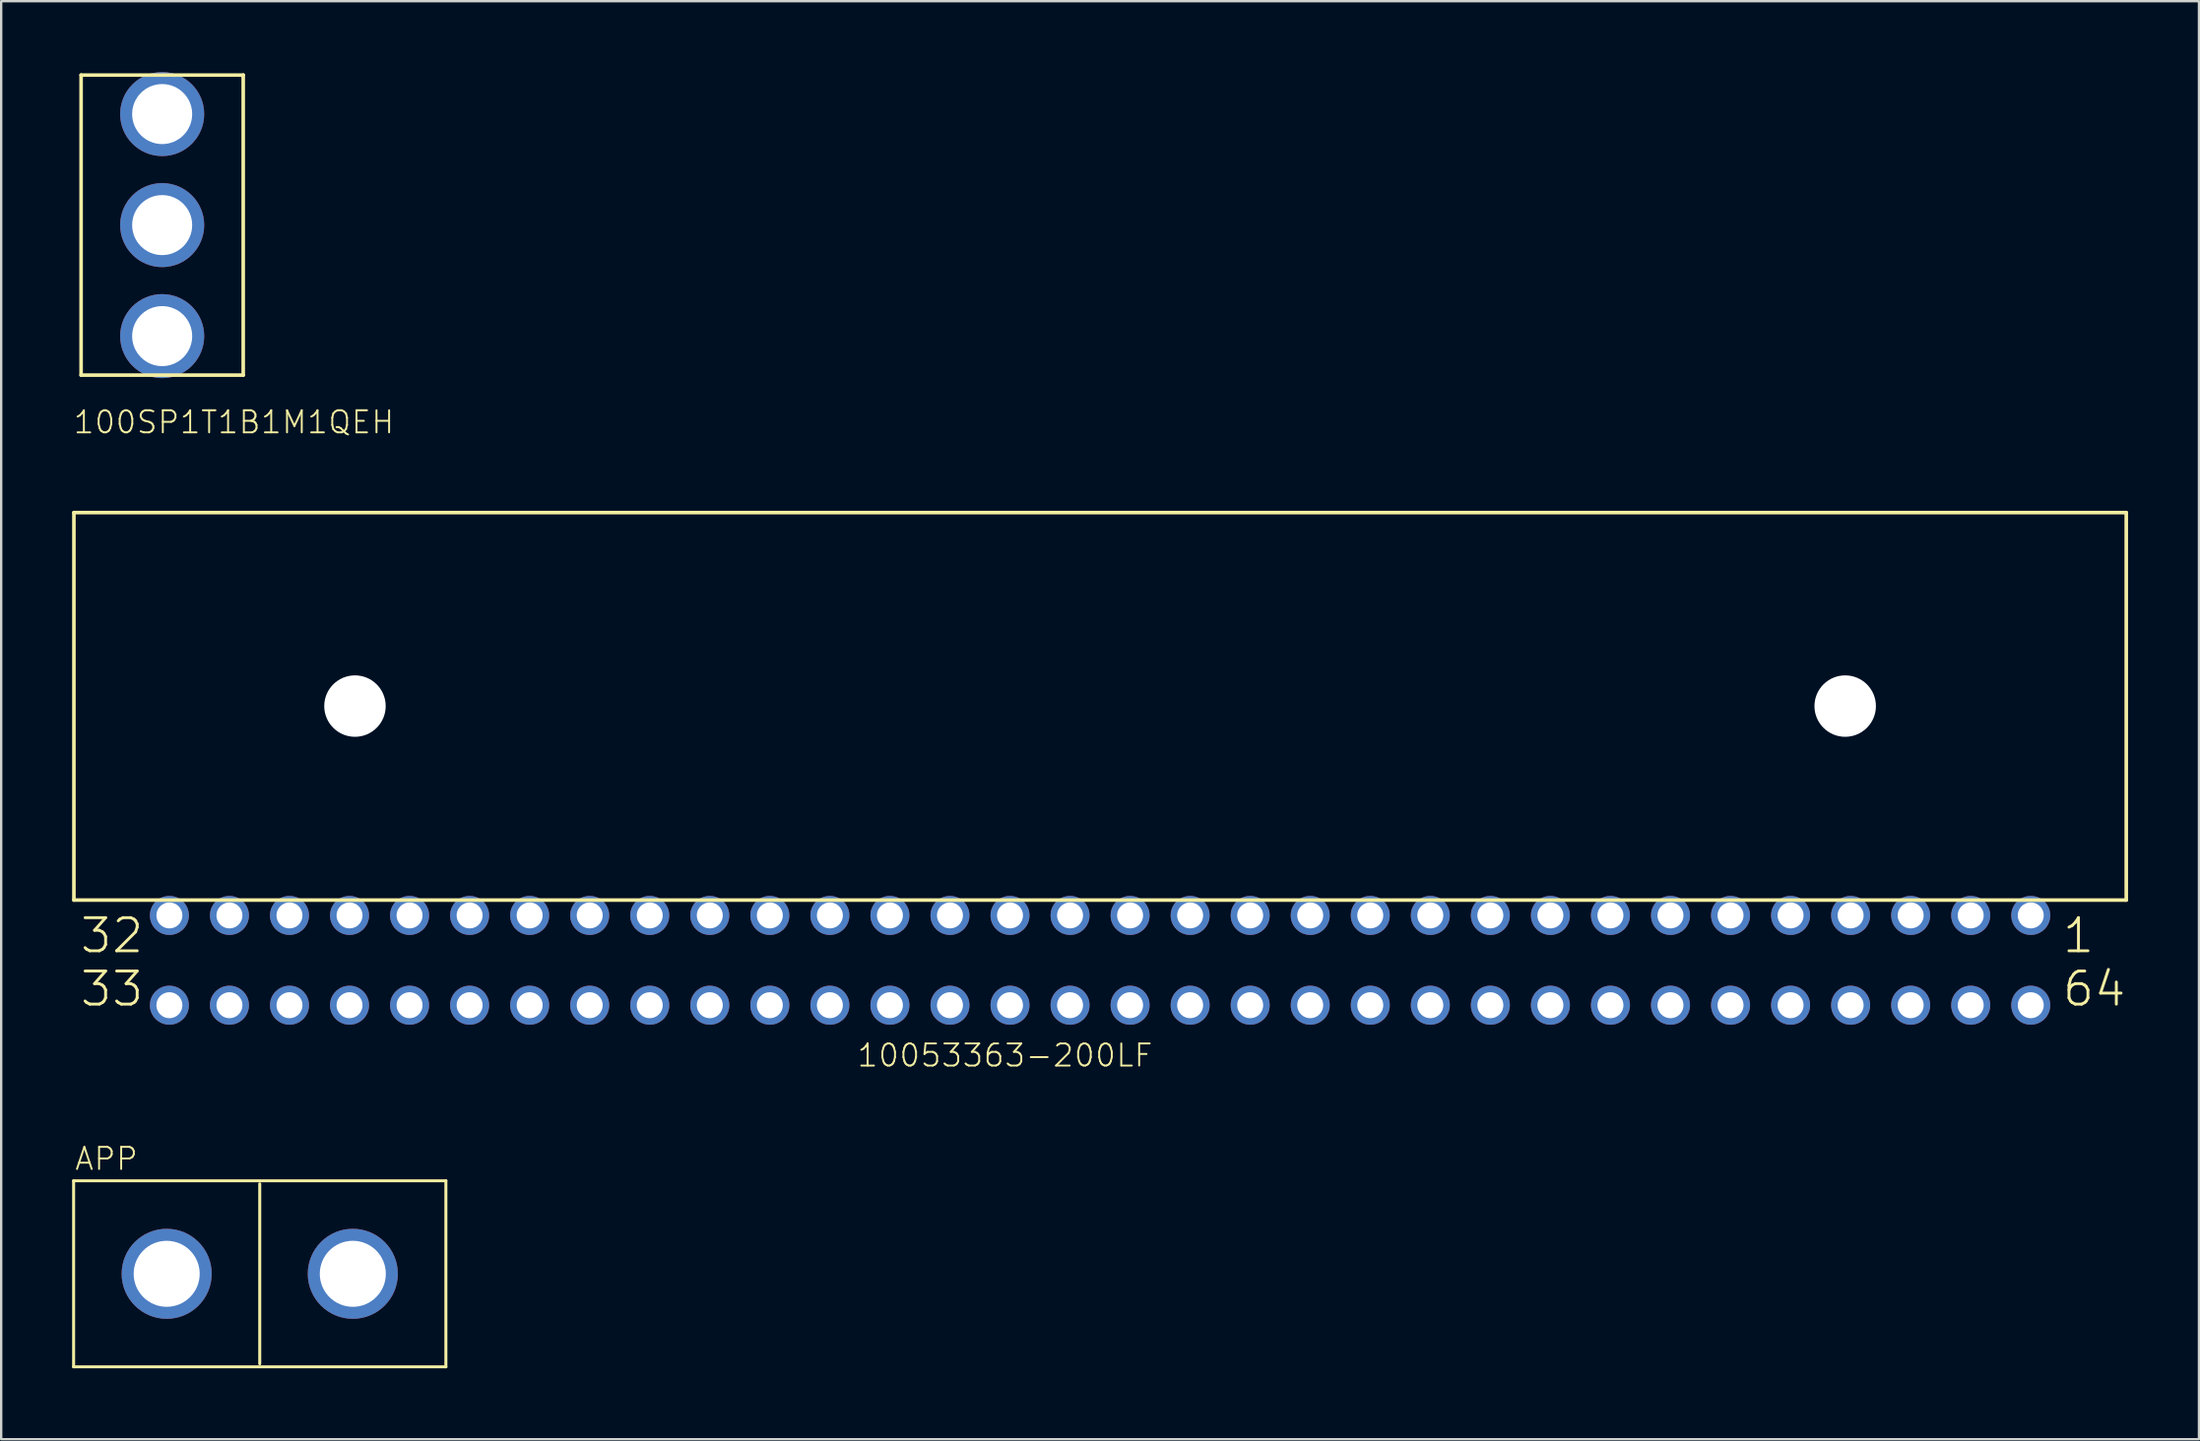
<source format=kicad_pcb>
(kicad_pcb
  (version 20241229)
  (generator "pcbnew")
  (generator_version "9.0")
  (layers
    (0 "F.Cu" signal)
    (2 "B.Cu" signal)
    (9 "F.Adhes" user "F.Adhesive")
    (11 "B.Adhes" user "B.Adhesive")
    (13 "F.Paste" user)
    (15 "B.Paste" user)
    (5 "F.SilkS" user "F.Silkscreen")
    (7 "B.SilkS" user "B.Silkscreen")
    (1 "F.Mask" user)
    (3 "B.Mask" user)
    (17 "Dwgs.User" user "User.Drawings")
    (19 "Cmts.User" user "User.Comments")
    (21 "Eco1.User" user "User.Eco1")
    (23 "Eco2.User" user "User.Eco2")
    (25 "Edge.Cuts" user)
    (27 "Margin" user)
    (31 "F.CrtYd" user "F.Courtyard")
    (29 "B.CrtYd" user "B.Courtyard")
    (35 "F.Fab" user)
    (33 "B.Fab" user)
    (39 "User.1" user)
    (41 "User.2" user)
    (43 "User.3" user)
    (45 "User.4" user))
  (footprint "100SP1T1B1M1QEH"
    (layer "F.Cu")
    (at 3.81 6.477)
    (property "Reference" "100SP1T1B1M1QEH" (at -3.81 8.89 0) (unlocked yes) (layer "F.SilkS") (effects (font (size 0.935 0.935) (thickness 0.081)) (justify left bottom)))
    (fp_line (start -3.429 -6.35) (end 3.429 -6.35) (stroke (width 0.152) (type solid)) (layer "F.SilkS"))
    (fp_line (start -3.429 6.35) (end -3.429 -6.35) (stroke (width 0.152) (type solid)) (layer "F.SilkS"))
    (fp_line (start 3.429 -6.35) (end 3.429 6.35) (stroke (width 0.152) (type solid)) (layer "F.SilkS"))
    (fp_line (start 3.429 6.35) (end -3.429 6.35) (stroke (width 0.152) (type solid)) (layer "F.SilkS"))
    (pad "1" thru_hole circle (at 0 -4.699) (size 3.556 3.556) (drill 2.54) (layers "*.Cu" "*.Mask"))
    (pad "2" thru_hole circle (at 0 4.699) (size 3.556 3.556) (drill 2.54) (layers "*.Cu" "*.Mask"))
    (pad "C" thru_hole circle (at 0 0) (size 3.556 3.556) (drill 2.54) (layers "*.Cu" "*.Mask")))
  (footprint "APP"
    (layer "F.Cu")
    (at 7.938 50.862)
    (property "Reference" "APP" (at -7.874 -4.318 0) (unlocked yes) (layer "F.SilkS") (effects (font (size 0.935 0.935) (thickness 0.081)) (justify left bottom)))
    (fp_line (start -7.874 -3.937) (end 7.874 -3.937) (stroke (width 0.127) (type solid)) (layer "F.SilkS"))
    (fp_line (start -7.874 3.937) (end -7.874 -3.937) (stroke (width 0.127) (type solid)) (layer "F.SilkS"))
    (fp_line (start 0 3.81) (end 0 -3.81) (stroke (width 0.127) (type solid)) (layer "F.SilkS"))
    (fp_line (start 7.874 -3.937) (end 7.874 3.937) (stroke (width 0.127) (type solid)) (layer "F.SilkS"))
    (fp_line (start 7.874 3.937) (end -7.874 3.937) (stroke (width 0.127) (type solid)) (layer "F.SilkS"))
    (pad "P$1" thru_hole circle (at 3.937 0) (size 3.81 3.81) (drill 2.794) (layers "*.Cu" "*.Mask"))
    (pad "P$2" thru_hole circle (at -3.937 0) (size 3.81 3.81) (drill 2.794) (layers "*.Cu" "*.Mask")))
  (footprint "10053363-200LF"
    (layer "F.Cu")
    (at 43.486 37.594)
    (property "Reference" "10053363-200LF" (at 2.286 4.572 0) (unlocked yes) (layer "F.SilkS") (effects (font (size 0.935 0.935) (thickness 0.081)) (justify right bottom)))
    (fp_line (start -43.41 -18.95) (end 43.41 -18.95) (stroke (width 0.152) (type solid)) (layer "F.SilkS"))
    (fp_line (start -43.41 -2.55) (end -43.41 -18.95) (stroke (width 0.152) (type solid)) (layer "F.SilkS"))
    (fp_line (start 43.41 -18.95) (end 43.41 -2.55) (stroke (width 0.152) (type solid)) (layer "F.SilkS"))
    (fp_line (start 43.41 -2.55) (end -43.41 -2.55) (stroke (width 0.152) (type solid)) (layer "F.SilkS"))
    (fp_text user "1\n64" (at 40.64 2.032 0) (unlocked yes) (layer "F.SilkS") (effects (font (size 1.402 1.402) (thickness 0.122)) (justify left bottom)))
    (fp_text user "32\n33" (at -40.386 2.032 0) (unlocked yes) (layer "F.SilkS") (effects (font (size 1.402 1.402) (thickness 0.122)) (justify right bottom)))
    (pad "" np_thru_hole circle (at -31.52 -10.76) (size 2.6 2.6) (drill 2.6) (layers "*.Cu" "*.Mask"))
    (pad "" np_thru_hole circle (at 31.52 -10.76) (size 2.6 2.6) (drill 2.6) (layers "*.Cu" "*.Mask"))
    (pad "1" thru_hole circle (at 39.37 -1.9) (size 1.65 1.65) (drill 1.1) (layers "*.Cu" "*.Mask"))
    (pad "2" thru_hole circle (at 36.83 -1.9) (size 1.65 1.65) (drill 1.1) (layers "*.Cu" "*.Mask"))
    (pad "3" thru_hole circle (at 34.29 -1.9) (size 1.65 1.65) (drill 1.1) (layers "*.Cu" "*.Mask"))
    (pad "4" thru_hole circle (at 31.75 -1.9) (size 1.65 1.65) (drill 1.1) (layers "*.Cu" "*.Mask"))
    (pad "5" thru_hole circle (at 29.21 -1.9) (size 1.65 1.65) (drill 1.1) (layers "*.Cu" "*.Mask"))
    (pad "6" thru_hole circle (at 26.67 -1.9) (size 1.65 1.65) (drill 1.1) (layers "*.Cu" "*.Mask"))
    (pad "7" thru_hole circle (at 24.13 -1.9) (size 1.65 1.65) (drill 1.1) (layers "*.Cu" "*.Mask"))
    (pad "8" thru_hole circle (at 21.59 -1.9) (size 1.65 1.65) (drill 1.1) (layers "*.Cu" "*.Mask"))
    (pad "9" thru_hole circle (at 19.05 -1.9) (size 1.65 1.65) (drill 1.1) (layers "*.Cu" "*.Mask"))
    (pad "10" thru_hole circle (at 16.51 -1.9) (size 1.65 1.65) (drill 1.1) (layers "*.Cu" "*.Mask"))
    (pad "11" thru_hole circle (at 13.97 -1.9) (size 1.65 1.65) (drill 1.1) (layers "*.Cu" "*.Mask"))
    (pad "12" thru_hole circle (at 11.43 -1.9) (size 1.65 1.65) (drill 1.1) (layers "*.Cu" "*.Mask"))
    (pad "13" thru_hole circle (at 8.89 -1.9) (size 1.65 1.65) (drill 1.1) (layers "*.Cu" "*.Mask"))
    (pad "14" thru_hole circle (at 6.35 -1.9) (size 1.65 1.65) (drill 1.1) (layers "*.Cu" "*.Mask"))
    (pad "15" thru_hole circle (at 3.81 -1.9) (size 1.65 1.65) (drill 1.1) (layers "*.Cu" "*.Mask"))
    (pad "16" thru_hole circle (at 1.27 -1.9) (size 1.65 1.65) (drill 1.1) (layers "*.Cu" "*.Mask"))
    (pad "17" thru_hole circle (at -1.27 -1.9) (size 1.65 1.65) (drill 1.1) (layers "*.Cu" "*.Mask"))
    (pad "18" thru_hole circle (at -3.81 -1.9) (size 1.65 1.65) (drill 1.1) (layers "*.Cu" "*.Mask"))
    (pad "19" thru_hole circle (at -6.35 -1.9) (size 1.65 1.65) (drill 1.1) (layers "*.Cu" "*.Mask"))
    (pad "20" thru_hole circle (at -8.89 -1.9) (size 1.65 1.65) (drill 1.1) (layers "*.Cu" "*.Mask"))
    (pad "21" thru_hole circle (at -11.43 -1.9) (size 1.65 1.65) (drill 1.1) (layers "*.Cu" "*.Mask"))
    (pad "22" thru_hole circle (at -13.97 -1.9) (size 1.65 1.65) (drill 1.1) (layers "*.Cu" "*.Mask"))
    (pad "23" thru_hole circle (at -16.51 -1.9) (size 1.65 1.65) (drill 1.1) (layers "*.Cu" "*.Mask"))
    (pad "24" thru_hole circle (at -19.05 -1.9) (size 1.65 1.65) (drill 1.1) (layers "*.Cu" "*.Mask"))
    (pad "25" thru_hole circle (at -21.59 -1.9) (size 1.65 1.65) (drill 1.1) (layers "*.Cu" "*.Mask"))
    (pad "26" thru_hole circle (at -24.13 -1.9) (size 1.65 1.65) (drill 1.1) (layers "*.Cu" "*.Mask"))
    (pad "27" thru_hole circle (at -26.67 -1.9) (size 1.65 1.65) (drill 1.1) (layers "*.Cu" "*.Mask"))
    (pad "28" thru_hole circle (at -29.21 -1.9) (size 1.65 1.65) (drill 1.1) (layers "*.Cu" "*.Mask"))
    (pad "29" thru_hole circle (at -31.75 -1.9) (size 1.65 1.65) (drill 1.1) (layers "*.Cu" "*.Mask"))
    (pad "30" thru_hole circle (at -34.29 -1.9) (size 1.65 1.65) (drill 1.1) (layers "*.Cu" "*.Mask"))
    (pad "31" thru_hole circle (at -36.83 -1.9) (size 1.65 1.65) (drill 1.1) (layers "*.Cu" "*.Mask"))
    (pad "32" thru_hole circle (at -39.37 -1.9) (size 1.65 1.65) (drill 1.1) (layers "*.Cu" "*.Mask"))
    (pad "33" thru_hole circle (at -39.37 1.9) (size 1.65 1.65) (drill 1.1) (layers "*.Cu" "*.Mask"))
    (pad "34" thru_hole circle (at -36.83 1.9) (size 1.65 1.65) (drill 1.1) (layers "*.Cu" "*.Mask"))
    (pad "35" thru_hole circle (at -34.29 1.9) (size 1.65 1.65) (drill 1.1) (layers "*.Cu" "*.Mask"))
    (pad "36" thru_hole circle (at -31.75 1.9) (size 1.65 1.65) (drill 1.1) (layers "*.Cu" "*.Mask"))
    (pad "37" thru_hole circle (at -29.21 1.9) (size 1.65 1.65) (drill 1.1) (layers "*.Cu" "*.Mask"))
    (pad "38" thru_hole circle (at -26.67 1.9) (size 1.65 1.65) (drill 1.1) (layers "*.Cu" "*.Mask"))
    (pad "39" thru_hole circle (at -24.13 1.9) (size 1.65 1.65) (drill 1.1) (layers "*.Cu" "*.Mask"))
    (pad "40" thru_hole circle (at -21.59 1.9) (size 1.65 1.65) (drill 1.1) (layers "*.Cu" "*.Mask"))
    (pad "41" thru_hole circle (at -19.05 1.9) (size 1.65 1.65) (drill 1.1) (layers "*.Cu" "*.Mask"))
    (pad "42" thru_hole circle (at -16.51 1.9) (size 1.65 1.65) (drill 1.1) (layers "*.Cu" "*.Mask"))
    (pad "43" thru_hole circle (at -13.97 1.9) (size 1.65 1.65) (drill 1.1) (layers "*.Cu" "*.Mask"))
    (pad "44" thru_hole circle (at -11.43 1.9) (size 1.65 1.65) (drill 1.1) (layers "*.Cu" "*.Mask"))
    (pad "45" thru_hole circle (at -8.89 1.9) (size 1.65 1.65) (drill 1.1) (layers "*.Cu" "*.Mask"))
    (pad "46" thru_hole circle (at -6.35 1.9) (size 1.65 1.65) (drill 1.1) (layers "*.Cu" "*.Mask"))
    (pad "47" thru_hole circle (at -3.81 1.9) (size 1.65 1.65) (drill 1.1) (layers "*.Cu" "*.Mask"))
    (pad "48" thru_hole circle (at -1.27 1.9) (size 1.65 1.65) (drill 1.1) (layers "*.Cu" "*.Mask"))
    (pad "49" thru_hole circle (at 1.27 1.9) (size 1.65 1.65) (drill 1.1) (layers "*.Cu" "*.Mask"))
    (pad "50" thru_hole circle (at 3.81 1.9) (size 1.65 1.65) (drill 1.1) (layers "*.Cu" "*.Mask"))
    (pad "51" thru_hole circle (at 6.35 1.9) (size 1.65 1.65) (drill 1.1) (layers "*.Cu" "*.Mask"))
    (pad "52" thru_hole circle (at 8.89 1.9) (size 1.65 1.65) (drill 1.1) (layers "*.Cu" "*.Mask"))
    (pad "53" thru_hole circle (at 11.43 1.9) (size 1.65 1.65) (drill 1.1) (layers "*.Cu" "*.Mask"))
    (pad "54" thru_hole circle (at 13.97 1.9) (size 1.65 1.65) (drill 1.1) (layers "*.Cu" "*.Mask"))
    (pad "55" thru_hole circle (at 16.51 1.9) (size 1.65 1.65) (drill 1.1) (layers "*.Cu" "*.Mask"))
    (pad "56" thru_hole circle (at 19.05 1.9) (size 1.65 1.65) (drill 1.1) (layers "*.Cu" "*.Mask"))
    (pad "57" thru_hole circle (at 21.59 1.9) (size 1.65 1.65) (drill 1.1) (layers "*.Cu" "*.Mask"))
    (pad "58" thru_hole circle (at 24.13 1.9) (size 1.65 1.65) (drill 1.1) (layers "*.Cu" "*.Mask"))
    (pad "59" thru_hole circle (at 26.67 1.9) (size 1.65 1.65) (drill 1.1) (layers "*.Cu" "*.Mask"))
    (pad "60" thru_hole circle (at 29.21 1.9) (size 1.65 1.65) (drill 1.1) (layers "*.Cu" "*.Mask"))
    (pad "61" thru_hole circle (at 31.75 1.9) (size 1.65 1.65) (drill 1.1) (layers "*.Cu" "*.Mask"))
    (pad "62" thru_hole circle (at 34.29 1.9) (size 1.65 1.65) (drill 1.1) (layers "*.Cu" "*.Mask"))
    (pad "63" thru_hole circle (at 36.83 1.9) (size 1.65 1.65) (drill 1.1) (layers "*.Cu" "*.Mask"))
    (pad "64" thru_hole circle (at 39.37 1.9) (size 1.65 1.65) (drill 1.1) (layers "*.Cu" "*.Mask")))
  (gr_rect
    (start -3 -3)
    (end 89.972 57.863)
    (stroke (width 0.1) (type default))
    (fill no)
    (layer "Edge.Cuts")))
</source>
